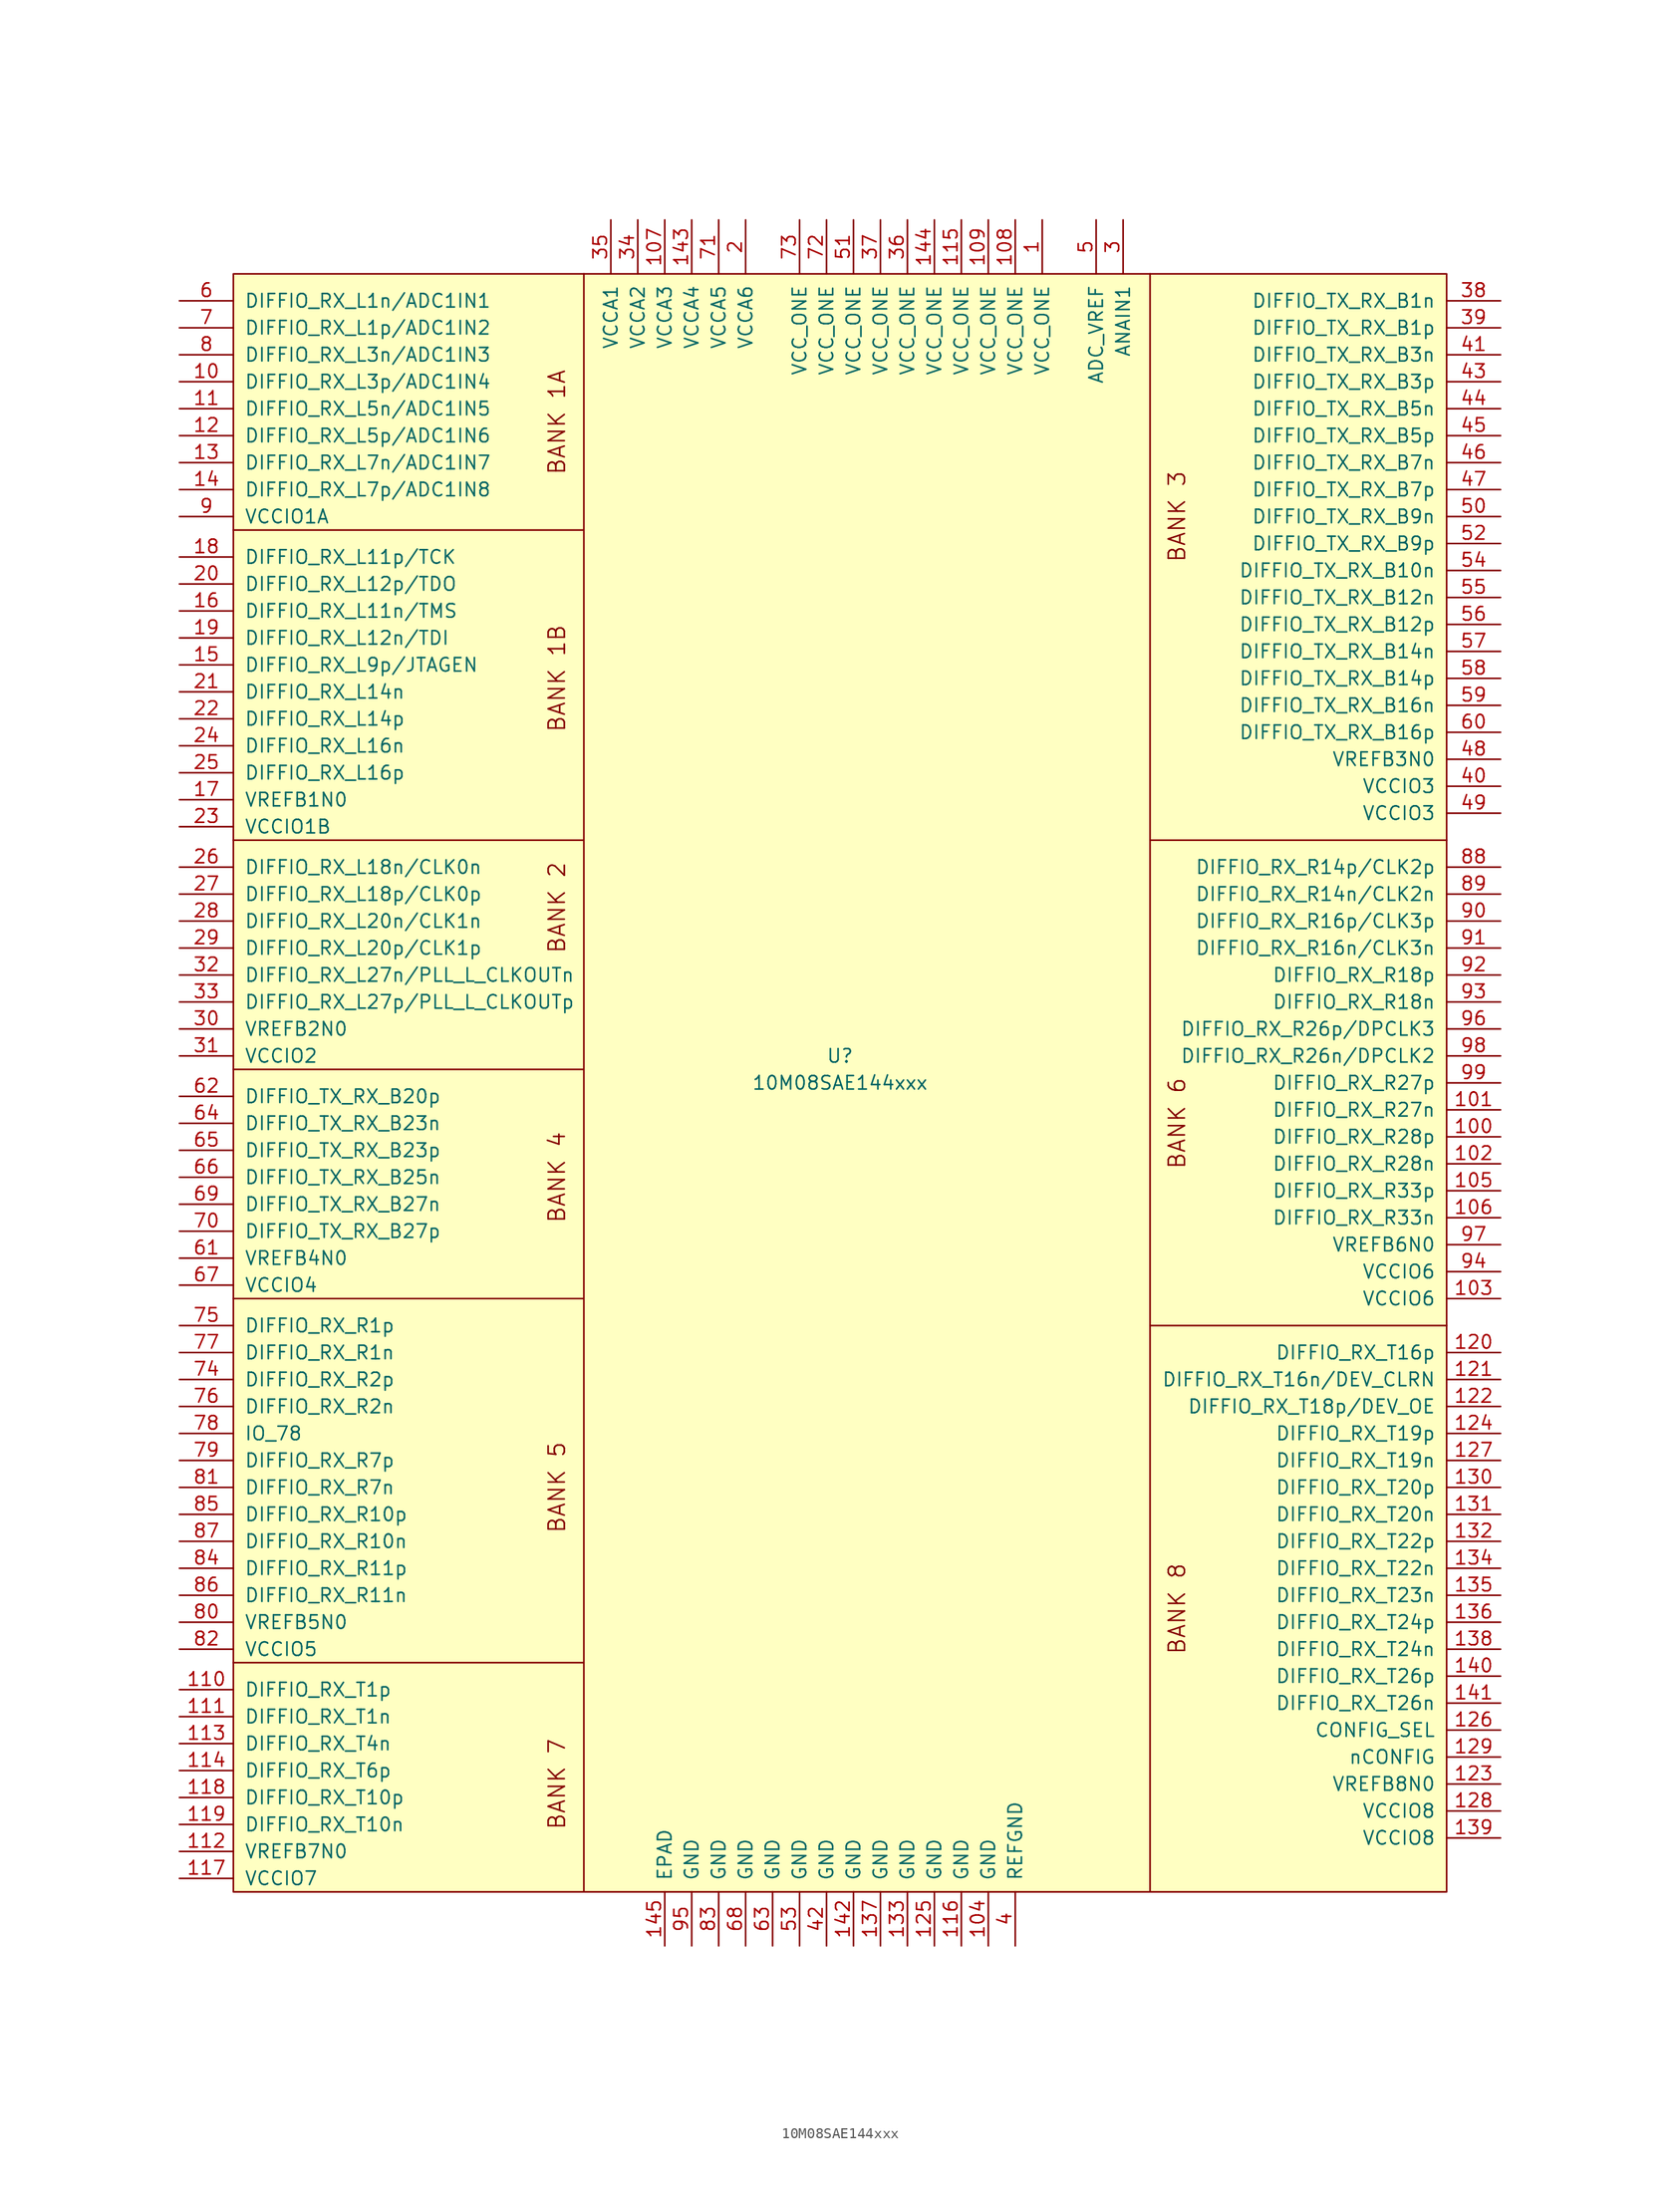
<source format=kicad_sym>
(kicad_symbol_lib
  (version 20211014)
  (generator kicad_symbol_editor)
  (symbol "10M08SAE144xxx"
    (pin_names
      (offset 1.016))
    (property "Reference" "U"
      (at 0 2.54 0)
      (effects (font (size 1.27 1.27))))
    (property "Value" "10M08SAE144xxx"
      (at 0 0 0)
      (effects (font (size 1.27 1.27))))
    (symbol "10M08SAE144xxx_0_0"
      (polyline (pts (xy -57.15 -20.32) (xy -24.13 -20.32)) (stroke (width 0) (type default) (color 0 0 0 0)) (fill (type none)))
      (polyline (pts (xy -57.15 1.27) (xy -24.13 1.27)) (stroke (width 0) (type default) (color 0 0 0 0)) (fill (type none)))
      (polyline (pts (xy -57.15 52.07) (xy -24.13 52.07)) (stroke (width 0) (type default) (color 0 0 0 0)) (fill (type none)))
      (polyline (pts (xy -24.13 76.2) (xy -24.13 -76.2)) (stroke (width 0) (type default) (color 0 0 0 0)) (fill (type none)))
      (polyline (pts (xy 29.21 -76.2) (xy 29.21 76.2)) (stroke (width 0) (type default) (color 0 0 0 0)) (fill (type none)))
      (polyline (pts (xy 57.15 -22.86) (xy 29.21 -22.86)) (stroke (width 0) (type default) (color 0 0 0 0)) (fill (type none)))
      (text "BANK 1A" (at -26.67 62.23 900) (effects (font (size 1.524 1.524))))
      (text "BANK 1B" (at -26.67 38.1 900) (effects (font (size 1.524 1.524))))
      (text "BANK 2" (at -26.67 16.51 900) (effects (font (size 1.524 1.524))))
      (text "BANK 3" (at 31.75 53.34 900) (effects (font (size 1.524 1.524))))
      (text "BANK 4" (at -26.67 -8.89 900) (effects (font (size 1.524 1.524))))
      (text "BANK 6" (at 31.75 -3.81 900) (effects (font (size 1.524 1.524))))
      (text "BANK 8" (at 31.75 -49.53 900) (effects (font (size 1.524 1.524)))))
    (symbol "10M08SAE144xxx_0_1"
      (rectangle (start -57.15 76.2) (end 57.15 -76.2) (stroke (width 0) (type default) (color 0 0 0 0)) (fill (type background)))
      (polyline (pts (xy -57.15 22.86) (xy -24.13 22.86)) (stroke (width 0) (type default) (color 0 0 0 0)) (fill (type none))))
    (symbol "10M08SAE144xxx_1_0"
      (polyline (pts (xy -24.13 -54.61) (xy -57.15 -54.61)) (stroke (width 0) (type default) (color 0 0 0 0)) (fill (type none)))
      (polyline (pts (xy 57.15 22.86) (xy 29.21 22.86)) (stroke (width 0) (type default) (color 0 0 0 0)) (fill (type none)))
      (text "BANK 5" (at -26.67 -38.1 900) (effects (font (size 1.524 1.524))))
      (text "BANK 7" (at -26.67 -66.04 900) (effects (font (size 1.524 1.524)))))
    (symbol "10M08SAE144xxx_1_1"
      (pin passive line (at 19.05 81.28 270) (length 5.08) (name "VCC_ONE" (effects (font (size 1.27 1.27)))) (number "1" (effects (font (size 1.27 1.27)))))
      (pin passive line (at -62.23 66.04 0) (length 5.08) (name "DIFFIO_RX_L3p/ADC1IN4" (effects (font (size 1.27 1.27)))) (number "10" (effects (font (size 1.27 1.27)))))
      (pin passive line (at 62.23 -5.08 180) (length 5.08) (name "DIFFIO_RX_R28p" (effects (font (size 1.27 1.27)))) (number "100" (effects (font (size 1.27 1.27)))))
      (pin passive line (at 62.23 -2.54 180) (length 5.08) (name "DIFFIO_RX_R27n" (effects (font (size 1.27 1.27)))) (number "101" (effects (font (size 1.27 1.27)))))
      (pin passive line (at 62.23 -7.62 180) (length 5.08) (name "DIFFIO_RX_R28n" (effects (font (size 1.27 1.27)))) (number "102" (effects (font (size 1.27 1.27)))))
      (pin passive line (at 62.23 -20.32 180) (length 5.08) (name "VCCIO6" (effects (font (size 1.27 1.27)))) (number "103" (effects (font (size 1.27 1.27)))))
      (pin passive line (at 13.97 -81.28 90) (length 5.08) (name "GND" (effects (font (size 1.27 1.27)))) (number "104" (effects (font (size 1.27 1.27)))))
      (pin passive line (at 62.23 -10.16 180) (length 5.08) (name "DIFFIO_RX_R33p" (effects (font (size 1.27 1.27)))) (number "105" (effects (font (size 1.27 1.27)))))
      (pin passive line (at 62.23 -12.7 180) (length 5.08) (name "DIFFIO_RX_R33n" (effects (font (size 1.27 1.27)))) (number "106" (effects (font (size 1.27 1.27)))))
      (pin passive line (at -16.51 81.28 270) (length 5.08) (name "VCCA3" (effects (font (size 1.27 1.27)))) (number "107" (effects (font (size 1.27 1.27)))))
      (pin passive line (at 16.51 81.28 270) (length 5.08) (name "VCC_ONE" (effects (font (size 1.27 1.27)))) (number "108" (effects (font (size 1.27 1.27)))))
      (pin passive line (at 13.97 81.28 270) (length 5.08) (name "VCC_ONE" (effects (font (size 1.27 1.27)))) (number "109" (effects (font (size 1.27 1.27)))))
      (pin passive line (at -62.23 63.5 0) (length 5.08) (name "DIFFIO_RX_L5n/ADC1IN5" (effects (font (size 1.27 1.27)))) (number "11" (effects (font (size 1.27 1.27)))))
      (pin passive line (at -62.23 -57.15 0) (length 5.08) (name "DIFFIO_RX_T1p" (effects (font (size 1.27 1.27)))) (number "110" (effects (font (size 1.27 1.27)))))
      (pin passive line (at -62.23 -59.69 0) (length 5.08) (name "DIFFIO_RX_T1n" (effects (font (size 1.27 1.27)))) (number "111" (effects (font (size 1.27 1.27)))))
      (pin passive line (at -62.23 -72.39 0) (length 5.08) (name "VREFB7N0" (effects (font (size 1.27 1.27)))) (number "112" (effects (font (size 1.27 1.27)))))
      (pin passive line (at -62.23 -62.23 0) (length 5.08) (name "DIFFIO_RX_T4n" (effects (font (size 1.27 1.27)))) (number "113" (effects (font (size 1.27 1.27)))))
      (pin passive line (at -62.23 -64.77 0) (length 5.08) (name "DIFFIO_RX_T6p" (effects (font (size 1.27 1.27)))) (number "114" (effects (font (size 1.27 1.27)))))
      (pin passive line (at 11.43 81.28 270) (length 5.08) (name "VCC_ONE" (effects (font (size 1.27 1.27)))) (number "115" (effects (font (size 1.27 1.27)))))
      (pin passive line (at 11.43 -81.28 90) (length 5.08) (name "GND" (effects (font (size 1.27 1.27)))) (number "116" (effects (font (size 1.27 1.27)))))
      (pin passive line (at -62.23 -74.93 0) (length 5.08) (name "VCCIO7" (effects (font (size 1.27 1.27)))) (number "117" (effects (font (size 1.27 1.27)))))
      (pin passive line (at -62.23 -67.31 0) (length 5.08) (name "DIFFIO_RX_T10p" (effects (font (size 1.27 1.27)))) (number "118" (effects (font (size 1.27 1.27)))))
      (pin passive line (at -62.23 -69.85 0) (length 5.08) (name "DIFFIO_RX_T10n" (effects (font (size 1.27 1.27)))) (number "119" (effects (font (size 1.27 1.27)))))
      (pin passive line (at -62.23 60.96 0) (length 5.08) (name "DIFFIO_RX_L5p/ADC1IN6" (effects (font (size 1.27 1.27)))) (number "12" (effects (font (size 1.27 1.27)))))
      (pin passive line (at 62.23 -25.4 180) (length 5.08) (name "DIFFIO_RX_T16p" (effects (font (size 1.27 1.27)))) (number "120" (effects (font (size 1.27 1.27)))))
      (pin passive line (at 62.23 -27.94 180) (length 5.08) (name "DIFFIO_RX_T16n/DEV_CLRN" (effects (font (size 1.27 1.27)))) (number "121" (effects (font (size 1.27 1.27)))))
      (pin passive line (at 62.23 -30.48 180) (length 5.08) (name "DIFFIO_RX_T18p/DEV_OE" (effects (font (size 1.27 1.27)))) (number "122" (effects (font (size 1.27 1.27)))))
      (pin passive line (at 62.23 -66.04 180) (length 5.08) (name "VREFB8N0" (effects (font (size 1.27 1.27)))) (number "123" (effects (font (size 1.27 1.27)))))
      (pin passive line (at 62.23 -33.02 180) (length 5.08) (name "DIFFIO_RX_T19p" (effects (font (size 1.27 1.27)))) (number "124" (effects (font (size 1.27 1.27)))))
      (pin passive line (at 8.89 -81.28 90) (length 5.08) (name "GND" (effects (font (size 1.27 1.27)))) (number "125" (effects (font (size 1.27 1.27)))))
      (pin passive line (at 62.23 -60.96 180) (length 5.08) (name "CONFIG_SEL" (effects (font (size 1.27 1.27)))) (number "126" (effects (font (size 1.27 1.27)))))
      (pin passive line (at 62.23 -35.56 180) (length 5.08) (name "DIFFIO_RX_T19n" (effects (font (size 1.27 1.27)))) (number "127" (effects (font (size 1.27 1.27)))))
      (pin passive line (at 62.23 -68.58 180) (length 5.08) (name "VCCIO8" (effects (font (size 1.27 1.27)))) (number "128" (effects (font (size 1.27 1.27)))))
      (pin passive line (at 62.23 -63.5 180) (length 5.08) (name "nCONFIG" (effects (font (size 1.27 1.27)))) (number "129" (effects (font (size 1.27 1.27)))))
      (pin passive line (at -62.23 58.42 0) (length 5.08) (name "DIFFIO_RX_L7n/ADC1IN7" (effects (font (size 1.27 1.27)))) (number "13" (effects (font (size 1.27 1.27)))))
      (pin passive line (at 62.23 -38.1 180) (length 5.08) (name "DIFFIO_RX_T20p" (effects (font (size 1.27 1.27)))) (number "130" (effects (font (size 1.27 1.27)))))
      (pin passive line (at 62.23 -40.64 180) (length 5.08) (name "DIFFIO_RX_T20n" (effects (font (size 1.27 1.27)))) (number "131" (effects (font (size 1.27 1.27)))))
      (pin passive line (at 62.23 -43.18 180) (length 5.08) (name "DIFFIO_RX_T22p" (effects (font (size 1.27 1.27)))) (number "132" (effects (font (size 1.27 1.27)))))
      (pin passive line (at 6.35 -81.28 90) (length 5.08) (name "GND" (effects (font (size 1.27 1.27)))) (number "133" (effects (font (size 1.27 1.27)))))
      (pin passive line (at 62.23 -45.72 180) (length 5.08) (name "DIFFIO_RX_T22n" (effects (font (size 1.27 1.27)))) (number "134" (effects (font (size 1.27 1.27)))))
      (pin passive line (at 62.23 -48.26 180) (length 5.08) (name "DIFFIO_RX_T23n" (effects (font (size 1.27 1.27)))) (number "135" (effects (font (size 1.27 1.27)))))
      (pin passive line (at 62.23 -50.8 180) (length 5.08) (name "DIFFIO_RX_T24p" (effects (font (size 1.27 1.27)))) (number "136" (effects (font (size 1.27 1.27)))))
      (pin passive line (at 3.81 -81.28 90) (length 5.08) (name "GND" (effects (font (size 1.27 1.27)))) (number "137" (effects (font (size 1.27 1.27)))))
      (pin passive line (at 62.23 -53.34 180) (length 5.08) (name "DIFFIO_RX_T24n" (effects (font (size 1.27 1.27)))) (number "138" (effects (font (size 1.27 1.27)))))
      (pin passive line (at 62.23 -71.12 180) (length 5.08) (name "VCCIO8" (effects (font (size 1.27 1.27)))) (number "139" (effects (font (size 1.27 1.27)))))
      (pin passive line (at -62.23 55.88 0) (length 5.08) (name "DIFFIO_RX_L7p/ADC1IN8" (effects (font (size 1.27 1.27)))) (number "14" (effects (font (size 1.27 1.27)))))
      (pin passive line (at 62.23 -55.88 180) (length 5.08) (name "DIFFIO_RX_T26p" (effects (font (size 1.27 1.27)))) (number "140" (effects (font (size 1.27 1.27)))))
      (pin passive line (at 62.23 -58.42 180) (length 5.08) (name "DIFFIO_RX_T26n" (effects (font (size 1.27 1.27)))) (number "141" (effects (font (size 1.27 1.27)))))
      (pin passive line (at 1.27 -81.28 90) (length 5.08) (name "GND" (effects (font (size 1.27 1.27)))) (number "142" (effects (font (size 1.27 1.27)))))
      (pin passive line (at -13.97 81.28 270) (length 5.08) (name "VCCA4" (effects (font (size 1.27 1.27)))) (number "143" (effects (font (size 1.27 1.27)))))
      (pin passive line (at 8.89 81.28 270) (length 5.08) (name "VCC_ONE" (effects (font (size 1.27 1.27)))) (number "144" (effects (font (size 1.27 1.27)))))
      (pin passive line (at -16.51 -81.28 90) (length 5.08) (name "EPAD" (effects (font (size 1.27 1.27)))) (number "145" (effects (font (size 1.27 1.27)))))
      (pin passive line (at -62.23 39.37 0) (length 5.08) (name "DIFFIO_RX_L9p/JTAGEN" (effects (font (size 1.27 1.27)))) (number "15" (effects (font (size 1.27 1.27)))))
      (pin passive line (at -62.23 44.45 0) (length 5.08) (name "DIFFIO_RX_L11n/TMS" (effects (font (size 1.27 1.27)))) (number "16" (effects (font (size 1.27 1.27)))))
      (pin passive line (at -62.23 26.67 0) (length 5.08) (name "VREFB1N0" (effects (font (size 1.27 1.27)))) (number "17" (effects (font (size 1.27 1.27)))))
      (pin passive line (at -62.23 49.53 0) (length 5.08) (name "DIFFIO_RX_L11p/TCK" (effects (font (size 1.27 1.27)))) (number "18" (effects (font (size 1.27 1.27)))))
      (pin passive line (at -62.23 41.91 0) (length 5.08) (name "DIFFIO_RX_L12n/TDI" (effects (font (size 1.27 1.27)))) (number "19" (effects (font (size 1.27 1.27)))))
      (pin passive line (at -8.89 81.28 270) (length 5.08) (name "VCCA6" (effects (font (size 1.27 1.27)))) (number "2" (effects (font (size 1.27 1.27)))))
      (pin passive line (at -62.23 46.99 0) (length 5.08) (name "DIFFIO_RX_L12p/TDO" (effects (font (size 1.27 1.27)))) (number "20" (effects (font (size 1.27 1.27)))))
      (pin passive line (at -62.23 36.83 0) (length 5.08) (name "DIFFIO_RX_L14n" (effects (font (size 1.27 1.27)))) (number "21" (effects (font (size 1.27 1.27)))))
      (pin passive line (at -62.23 34.29 0) (length 5.08) (name "DIFFIO_RX_L14p" (effects (font (size 1.27 1.27)))) (number "22" (effects (font (size 1.27 1.27)))))
      (pin passive line (at -62.23 24.13 0) (length 5.08) (name "VCCIO1B" (effects (font (size 1.27 1.27)))) (number "23" (effects (font (size 1.27 1.27)))))
      (pin passive line (at -62.23 31.75 0) (length 5.08) (name "DIFFIO_RX_L16n" (effects (font (size 1.27 1.27)))) (number "24" (effects (font (size 1.27 1.27)))))
      (pin passive line (at -62.23 29.21 0) (length 5.08) (name "DIFFIO_RX_L16p" (effects (font (size 1.27 1.27)))) (number "25" (effects (font (size 1.27 1.27)))))
      (pin passive line (at -62.23 20.32 0) (length 5.08) (name "DIFFIO_RX_L18n/CLK0n" (effects (font (size 1.27 1.27)))) (number "26" (effects (font (size 1.27 1.27)))))
      (pin passive line (at -62.23 17.78 0) (length 5.08) (name "DIFFIO_RX_L18p/CLK0p" (effects (font (size 1.27 1.27)))) (number "27" (effects (font (size 1.27 1.27)))))
      (pin passive line (at -62.23 15.24 0) (length 5.08) (name "DIFFIO_RX_L20n/CLK1n" (effects (font (size 1.27 1.27)))) (number "28" (effects (font (size 1.27 1.27)))))
      (pin passive line (at -62.23 12.7 0) (length 5.08) (name "DIFFIO_RX_L20p/CLK1p" (effects (font (size 1.27 1.27)))) (number "29" (effects (font (size 1.27 1.27)))))
      (pin passive line (at 26.67 81.28 270) (length 5.08) (name "ANAIN1" (effects (font (size 1.27 1.27)))) (number "3" (effects (font (size 1.27 1.27)))))
      (pin passive line (at -62.23 5.08 0) (length 5.08) (name "VREFB2N0" (effects (font (size 1.27 1.27)))) (number "30" (effects (font (size 1.27 1.27)))))
      (pin passive line (at -62.23 2.54 0) (length 5.08) (name "VCCIO2" (effects (font (size 1.27 1.27)))) (number "31" (effects (font (size 1.27 1.27)))))
      (pin passive line (at -62.23 10.16 0) (length 5.08) (name "DIFFIO_RX_L27n/PLL_L_CLKOUTn" (effects (font (size 1.27 1.27)))) (number "32" (effects (font (size 1.27 1.27)))))
      (pin passive line (at -62.23 7.62 0) (length 5.08) (name "DIFFIO_RX_L27p/PLL_L_CLKOUTp" (effects (font (size 1.27 1.27)))) (number "33" (effects (font (size 1.27 1.27)))))
      (pin passive line (at -19.05 81.28 270) (length 5.08) (name "VCCA2" (effects (font (size 1.27 1.27)))) (number "34" (effects (font (size 1.27 1.27)))))
      (pin passive line (at -21.59 81.28 270) (length 5.08) (name "VCCA1" (effects (font (size 1.27 1.27)))) (number "35" (effects (font (size 1.27 1.27)))))
      (pin passive line (at 6.35 81.28 270) (length 5.08) (name "VCC_ONE" (effects (font (size 1.27 1.27)))) (number "36" (effects (font (size 1.27 1.27)))))
      (pin passive line (at 3.81 81.28 270) (length 5.08) (name "VCC_ONE" (effects (font (size 1.27 1.27)))) (number "37" (effects (font (size 1.27 1.27)))))
      (pin passive line (at 62.23 73.66 180) (length 5.08) (name "DIFFIO_TX_RX_B1n" (effects (font (size 1.27 1.27)))) (number "38" (effects (font (size 1.27 1.27)))))
      (pin passive line (at 62.23 71.12 180) (length 5.08) (name "DIFFIO_TX_RX_B1p" (effects (font (size 1.27 1.27)))) (number "39" (effects (font (size 1.27 1.27)))))
      (pin passive line (at 16.51 -81.28 90) (length 5.08) (name "REFGND" (effects (font (size 1.27 1.27)))) (number "4" (effects (font (size 1.27 1.27)))))
      (pin passive line (at 62.23 27.94 180) (length 5.08) (name "VCCIO3" (effects (font (size 1.27 1.27)))) (number "40" (effects (font (size 1.27 1.27)))))
      (pin passive line (at 62.23 68.58 180) (length 5.08) (name "DIFFIO_TX_RX_B3n" (effects (font (size 1.27 1.27)))) (number "41" (effects (font (size 1.27 1.27)))))
      (pin passive line (at -1.27 -81.28 90) (length 5.08) (name "GND" (effects (font (size 1.27 1.27)))) (number "42" (effects (font (size 1.27 1.27)))))
      (pin passive line (at 62.23 66.04 180) (length 5.08) (name "DIFFIO_TX_RX_B3p" (effects (font (size 1.27 1.27)))) (number "43" (effects (font (size 1.27 1.27)))))
      (pin passive line (at 62.23 63.5 180) (length 5.08) (name "DIFFIO_TX_RX_B5n" (effects (font (size 1.27 1.27)))) (number "44" (effects (font (size 1.27 1.27)))))
      (pin passive line (at 62.23 60.96 180) (length 5.08) (name "DIFFIO_TX_RX_B5p" (effects (font (size 1.27 1.27)))) (number "45" (effects (font (size 1.27 1.27)))))
      (pin passive line (at 62.23 58.42 180) (length 5.08) (name "DIFFIO_TX_RX_B7n" (effects (font (size 1.27 1.27)))) (number "46" (effects (font (size 1.27 1.27)))))
      (pin passive line (at 62.23 55.88 180) (length 5.08) (name "DIFFIO_TX_RX_B7p" (effects (font (size 1.27 1.27)))) (number "47" (effects (font (size 1.27 1.27)))))
      (pin passive line (at 62.23 30.48 180) (length 5.08) (name "VREFB3N0" (effects (font (size 1.27 1.27)))) (number "48" (effects (font (size 1.27 1.27)))))
      (pin passive line (at 62.23 25.4 180) (length 5.08) (name "VCCIO3" (effects (font (size 1.27 1.27)))) (number "49" (effects (font (size 1.27 1.27)))))
      (pin passive line (at 24.13 81.28 270) (length 5.08) (name "ADC_VREF" (effects (font (size 1.27 1.27)))) (number "5" (effects (font (size 1.27 1.27)))))
      (pin passive line (at 62.23 53.34 180) (length 5.08) (name "DIFFIO_TX_RX_B9n" (effects (font (size 1.27 1.27)))) (number "50" (effects (font (size 1.27 1.27)))))
      (pin passive line (at 1.27 81.28 270) (length 5.08) (name "VCC_ONE" (effects (font (size 1.27 1.27)))) (number "51" (effects (font (size 1.27 1.27)))))
      (pin passive line (at 62.23 50.8 180) (length 5.08) (name "DIFFIO_TX_RX_B9p" (effects (font (size 1.27 1.27)))) (number "52" (effects (font (size 1.27 1.27)))))
      (pin passive line (at -3.81 -81.28 90) (length 5.08) (name "GND" (effects (font (size 1.27 1.27)))) (number "53" (effects (font (size 1.27 1.27)))))
      (pin passive line (at 62.23 48.26 180) (length 5.08) (name "DIFFIO_TX_RX_B10n" (effects (font (size 1.27 1.27)))) (number "54" (effects (font (size 1.27 1.27)))))
      (pin passive line (at 62.23 45.72 180) (length 5.08) (name "DIFFIO_TX_RX_B12n" (effects (font (size 1.27 1.27)))) (number "55" (effects (font (size 1.27 1.27)))))
      (pin passive line (at 62.23 43.18 180) (length 5.08) (name "DIFFIO_TX_RX_B12p" (effects (font (size 1.27 1.27)))) (number "56" (effects (font (size 1.27 1.27)))))
      (pin passive line (at 62.23 40.64 180) (length 5.08) (name "DIFFIO_TX_RX_B14n" (effects (font (size 1.27 1.27)))) (number "57" (effects (font (size 1.27 1.27)))))
      (pin passive line (at 62.23 38.1 180) (length 5.08) (name "DIFFIO_TX_RX_B14p" (effects (font (size 1.27 1.27)))) (number "58" (effects (font (size 1.27 1.27)))))
      (pin passive line (at 62.23 35.56 180) (length 5.08) (name "DIFFIO_TX_RX_B16n" (effects (font (size 1.27 1.27)))) (number "59" (effects (font (size 1.27 1.27)))))
      (pin passive line (at -62.23 73.66 0) (length 5.08) (name "DIFFIO_RX_L1n/ADC1IN1" (effects (font (size 1.27 1.27)))) (number "6" (effects (font (size 1.27 1.27)))))
      (pin passive line (at 62.23 33.02 180) (length 5.08) (name "DIFFIO_TX_RX_B16p" (effects (font (size 1.27 1.27)))) (number "60" (effects (font (size 1.27 1.27)))))
      (pin passive line (at -62.23 -16.51 0) (length 5.08) (name "VREFB4N0" (effects (font (size 1.27 1.27)))) (number "61" (effects (font (size 1.27 1.27)))))
      (pin passive line (at -62.23 -1.27 0) (length 5.08) (name "DIFFIO_TX_RX_B20p" (effects (font (size 1.27 1.27)))) (number "62" (effects (font (size 1.27 1.27)))))
      (pin passive line (at -6.35 -81.28 90) (length 5.08) (name "GND" (effects (font (size 1.27 1.27)))) (number "63" (effects (font (size 1.27 1.27)))))
      (pin passive line (at -62.23 -3.81 0) (length 5.08) (name "DIFFIO_TX_RX_B23n" (effects (font (size 1.27 1.27)))) (number "64" (effects (font (size 1.27 1.27)))))
      (pin passive line (at -62.23 -6.35 0) (length 5.08) (name "DIFFIO_TX_RX_B23p" (effects (font (size 1.27 1.27)))) (number "65" (effects (font (size 1.27 1.27)))))
      (pin passive line (at -62.23 -8.89 0) (length 5.08) (name "DIFFIO_TX_RX_B25n" (effects (font (size 1.27 1.27)))) (number "66" (effects (font (size 1.27 1.27)))))
      (pin passive line (at -62.23 -19.05 0) (length 5.08) (name "VCCIO4" (effects (font (size 1.27 1.27)))) (number "67" (effects (font (size 1.27 1.27)))))
      (pin passive line (at -8.89 -81.28 90) (length 5.08) (name "GND" (effects (font (size 1.27 1.27)))) (number "68" (effects (font (size 1.27 1.27)))))
      (pin passive line (at -62.23 -11.43 0) (length 5.08) (name "DIFFIO_TX_RX_B27n" (effects (font (size 1.27 1.27)))) (number "69" (effects (font (size 1.27 1.27)))))
      (pin passive line (at -62.23 71.12 0) (length 5.08) (name "DIFFIO_RX_L1p/ADC1IN2" (effects (font (size 1.27 1.27)))) (number "7" (effects (font (size 1.27 1.27)))))
      (pin passive line (at -62.23 -13.97 0) (length 5.08) (name "DIFFIO_TX_RX_B27p" (effects (font (size 1.27 1.27)))) (number "70" (effects (font (size 1.27 1.27)))))
      (pin passive line (at -11.43 81.28 270) (length 5.08) (name "VCCA5" (effects (font (size 1.27 1.27)))) (number "71" (effects (font (size 1.27 1.27)))))
      (pin passive line (at -1.27 81.28 270) (length 5.08) (name "VCC_ONE" (effects (font (size 1.27 1.27)))) (number "72" (effects (font (size 1.27 1.27)))))
      (pin passive line (at -3.81 81.28 270) (length 5.08) (name "VCC_ONE" (effects (font (size 1.27 1.27)))) (number "73" (effects (font (size 1.27 1.27)))))
      (pin passive line (at -62.23 -27.94 0) (length 5.08) (name "DIFFIO_RX_R2p" (effects (font (size 1.27 1.27)))) (number "74" (effects (font (size 1.27 1.27)))))
      (pin passive line (at -62.23 -22.86 0) (length 5.08) (name "DIFFIO_RX_R1p" (effects (font (size 1.27 1.27)))) (number "75" (effects (font (size 1.27 1.27)))))
      (pin passive line (at -62.23 -30.48 0) (length 5.08) (name "DIFFIO_RX_R2n" (effects (font (size 1.27 1.27)))) (number "76" (effects (font (size 1.27 1.27)))))
      (pin passive line (at -62.23 -25.4 0) (length 5.08) (name "DIFFIO_RX_R1n" (effects (font (size 1.27 1.27)))) (number "77" (effects (font (size 1.27 1.27)))))
      (pin passive line (at -62.23 -33.02 0) (length 5.08) (name "IO_78" (effects (font (size 1.27 1.27)))) (number "78" (effects (font (size 1.27 1.27)))))
      (pin passive line (at -62.23 -35.56 0) (length 5.08) (name "DIFFIO_RX_R7p" (effects (font (size 1.27 1.27)))) (number "79" (effects (font (size 1.27 1.27)))))
      (pin passive line (at -62.23 68.58 0) (length 5.08) (name "DIFFIO_RX_L3n/ADC1IN3" (effects (font (size 1.27 1.27)))) (number "8" (effects (font (size 1.27 1.27)))))
      (pin passive line (at -62.23 -50.8 0) (length 5.08) (name "VREFB5N0" (effects (font (size 1.27 1.27)))) (number "80" (effects (font (size 1.27 1.27)))))
      (pin passive line (at -62.23 -38.1 0) (length 5.08) (name "DIFFIO_RX_R7n" (effects (font (size 1.27 1.27)))) (number "81" (effects (font (size 1.27 1.27)))))
      (pin passive line (at -62.23 -53.34 0) (length 5.08) (name "VCCIO5" (effects (font (size 1.27 1.27)))) (number "82" (effects (font (size 1.27 1.27)))))
      (pin passive line (at -11.43 -81.28 90) (length 5.08) (name "GND" (effects (font (size 1.27 1.27)))) (number "83" (effects (font (size 1.27 1.27)))))
      (pin passive line (at -62.23 -45.72 0) (length 5.08) (name "DIFFIO_RX_R11p" (effects (font (size 1.27 1.27)))) (number "84" (effects (font (size 1.27 1.27)))))
      (pin passive line (at -62.23 -40.64 0) (length 5.08) (name "DIFFIO_RX_R10p" (effects (font (size 1.27 1.27)))) (number "85" (effects (font (size 1.27 1.27)))))
      (pin passive line (at -62.23 -48.26 0) (length 5.08) (name "DIFFIO_RX_R11n" (effects (font (size 1.27 1.27)))) (number "86" (effects (font (size 1.27 1.27)))))
      (pin passive line (at -62.23 -43.18 0) (length 5.08) (name "DIFFIO_RX_R10n" (effects (font (size 1.27 1.27)))) (number "87" (effects (font (size 1.27 1.27)))))
      (pin passive line (at 62.23 20.32 180) (length 5.08) (name "DIFFIO_RX_R14p/CLK2p" (effects (font (size 1.27 1.27)))) (number "88" (effects (font (size 1.27 1.27)))))
      (pin passive line (at 62.23 17.78 180) (length 5.08) (name "DIFFIO_RX_R14n/CLK2n" (effects (font (size 1.27 1.27)))) (number "89" (effects (font (size 1.27 1.27)))))
      (pin passive line (at -62.23 53.34 0) (length 5.08) (name "VCCIO1A" (effects (font (size 1.27 1.27)))) (number "9" (effects (font (size 1.27 1.27)))))
      (pin passive line (at 62.23 15.24 180) (length 5.08) (name "DIFFIO_RX_R16p/CLK3p" (effects (font (size 1.27 1.27)))) (number "90" (effects (font (size 1.27 1.27)))))
      (pin passive line (at 62.23 12.7 180) (length 5.08) (name "DIFFIO_RX_R16n/CLK3n" (effects (font (size 1.27 1.27)))) (number "91" (effects (font (size 1.27 1.27)))))
      (pin passive line (at 62.23 10.16 180) (length 5.08) (name "DIFFIO_RX_R18p" (effects (font (size 1.27 1.27)))) (number "92" (effects (font (size 1.27 1.27)))))
      (pin passive line (at 62.23 7.62 180) (length 5.08) (name "DIFFIO_RX_R18n" (effects (font (size 1.27 1.27)))) (number "93" (effects (font (size 1.27 1.27)))))
      (pin passive line (at 62.23 -17.78 180) (length 5.08) (name "VCCIO6" (effects (font (size 1.27 1.27)))) (number "94" (effects (font (size 1.27 1.27)))))
      (pin passive line (at -13.97 -81.28 90) (length 5.08) (name "GND" (effects (font (size 1.27 1.27)))) (number "95" (effects (font (size 1.27 1.27)))))
      (pin passive line (at 62.23 5.08 180) (length 5.08) (name "DIFFIO_RX_R26p/DPCLK3" (effects (font (size 1.27 1.27)))) (number "96" (effects (font (size 1.27 1.27)))))
      (pin passive line (at 62.23 -15.24 180) (length 5.08) (name "VREFB6N0" (effects (font (size 1.27 1.27)))) (number "97" (effects (font (size 1.27 1.27)))))
      (pin passive line (at 62.23 2.54 180) (length 5.08) (name "DIFFIO_RX_R26n/DPCLK2" (effects (font (size 1.27 1.27)))) (number "98" (effects (font (size 1.27 1.27)))))
      (pin passive line (at 62.23 0 180) (length 5.08) (name "DIFFIO_RX_R27p" (effects (font (size 1.27 1.27)))) (number "99" (effects (font (size 1.27 1.27))))))))
</source>
